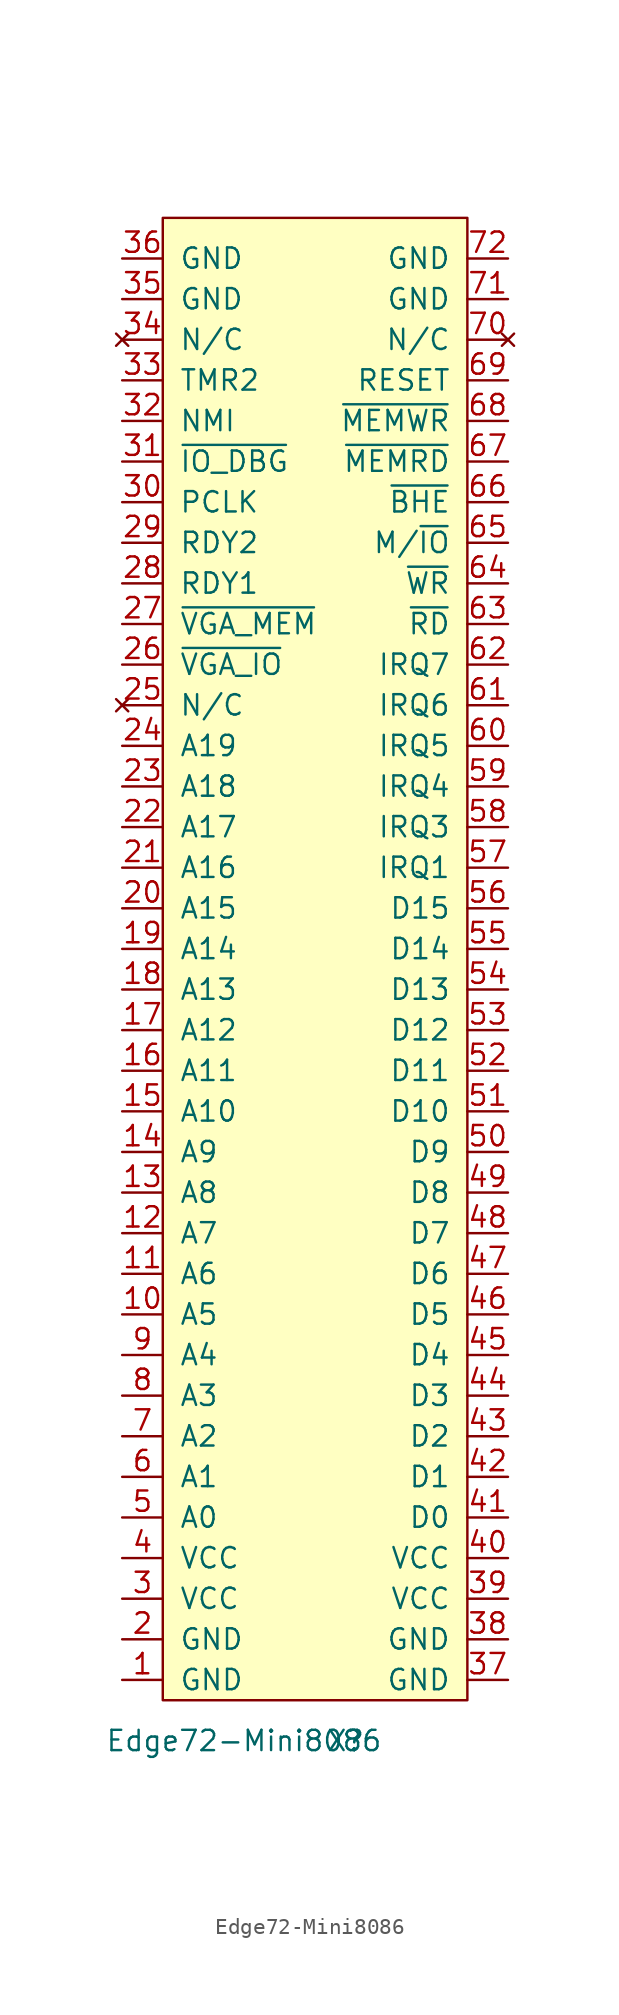
<source format=kicad_sym>
(kicad_symbol_lib
  (version 20220914)
  (generator kicad_symbol_editor)
  (symbol "Edge72-Mini8086"
    (pin_names
      (offset 1.016))
    (property "Reference" "X"
      (at 2.54 -49.53 0)
      (effects (font (size 1.27 1.27))))
    (property "Value" "Edge72-Mini8086"
      (at -3.81 -49.53 0)
      (effects (font (size 1.27 1.27))))
    (symbol "Edge72-Mini8086_0_1"
      (rectangle (start -8.89 45.72) (end 10.16 -46.99) (stroke (width 0) (type solid)) (fill (type background))))
    (symbol "Edge72-Mini8086_1_1"
      (pin passive line (at -11.43 -45.72 0) (length 2.54) (name "GND" (effects (font (size 1.27 1.27)))) (number "1" (effects (font (size 1.27 1.27)))))
      (pin bidirectional line (at -11.43 -22.86 0) (length 2.54) (name "A5" (effects (font (size 1.27 1.27)))) (number "10" (effects (font (size 1.27 1.27)))))
      (pin bidirectional line (at -11.43 -20.32 0) (length 2.54) (name "A6" (effects (font (size 1.27 1.27)))) (number "11" (effects (font (size 1.27 1.27)))))
      (pin bidirectional line (at -11.43 -17.78 0) (length 2.54) (name "A7" (effects (font (size 1.27 1.27)))) (number "12" (effects (font (size 1.27 1.27)))))
      (pin bidirectional line (at -11.43 -15.24 0) (length 2.54) (name "A8" (effects (font (size 1.27 1.27)))) (number "13" (effects (font (size 1.27 1.27)))))
      (pin bidirectional line (at -11.43 -12.7 0) (length 2.54) (name "A9" (effects (font (size 1.27 1.27)))) (number "14" (effects (font (size 1.27 1.27)))))
      (pin bidirectional line (at -11.43 -10.16 0) (length 2.54) (name "A10" (effects (font (size 1.27 1.27)))) (number "15" (effects (font (size 1.27 1.27)))))
      (pin bidirectional line (at -11.43 -7.62 0) (length 2.54) (name "A11" (effects (font (size 1.27 1.27)))) (number "16" (effects (font (size 1.27 1.27)))))
      (pin bidirectional line (at -11.43 -5.08 0) (length 2.54) (name "A12" (effects (font (size 1.27 1.27)))) (number "17" (effects (font (size 1.27 1.27)))))
      (pin bidirectional line (at -11.43 -2.54 0) (length 2.54) (name "A13" (effects (font (size 1.27 1.27)))) (number "18" (effects (font (size 1.27 1.27)))))
      (pin bidirectional line (at -11.43 0 0) (length 2.54) (name "A14" (effects (font (size 1.27 1.27)))) (number "19" (effects (font (size 1.27 1.27)))))
      (pin passive line (at -11.43 -43.18 0) (length 2.54) (name "GND" (effects (font (size 1.27 1.27)))) (number "2" (effects (font (size 1.27 1.27)))))
      (pin bidirectional line (at -11.43 2.54 0) (length 2.54) (name "A15" (effects (font (size 1.27 1.27)))) (number "20" (effects (font (size 1.27 1.27)))))
      (pin bidirectional line (at -11.43 5.08 0) (length 2.54) (name "A16" (effects (font (size 1.27 1.27)))) (number "21" (effects (font (size 1.27 1.27)))))
      (pin bidirectional line (at -11.43 7.62 0) (length 2.54) (name "A17" (effects (font (size 1.27 1.27)))) (number "22" (effects (font (size 1.27 1.27)))))
      (pin bidirectional line (at -11.43 10.16 0) (length 2.54) (name "A18" (effects (font (size 1.27 1.27)))) (number "23" (effects (font (size 1.27 1.27)))))
      (pin bidirectional line (at -11.43 12.7 0) (length 2.54) (name "A19" (effects (font (size 1.27 1.27)))) (number "24" (effects (font (size 1.27 1.27)))))
      (pin no_connect line (at -11.43 15.24 0) (length 2.54) (name "N/C" (effects (font (size 1.27 1.27)))) (number "25" (effects (font (size 1.27 1.27)))))
      (pin bidirectional line (at -11.43 17.78 0) (length 2.54) (name "~{VGA_IO}" (effects (font (size 1.27 1.27)))) (number "26" (effects (font (size 1.27 1.27)))))
      (pin bidirectional line (at -11.43 20.32 0) (length 2.54) (name "~{VGA_MEM}" (effects (font (size 1.27 1.27)))) (number "27" (effects (font (size 1.27 1.27)))))
      (pin passive line (at -11.43 22.86 0) (length 2.54) (name "RDY1" (effects (font (size 1.27 1.27)))) (number "28" (effects (font (size 1.27 1.27)))))
      (pin passive line (at -11.43 25.4 0) (length 2.54) (name "RDY2" (effects (font (size 1.27 1.27)))) (number "29" (effects (font (size 1.27 1.27)))))
      (pin passive line (at -11.43 -40.64 0) (length 2.54) (name "VCC" (effects (font (size 1.27 1.27)))) (number "3" (effects (font (size 1.27 1.27)))))
      (pin passive line (at -11.43 27.94 0) (length 2.54) (name "PCLK" (effects (font (size 1.27 1.27)))) (number "30" (effects (font (size 1.27 1.27)))))
      (pin passive line (at -11.43 30.48 0) (length 2.54) (name "~{IO_DBG}" (effects (font (size 1.27 1.27)))) (number "31" (effects (font (size 1.27 1.27)))))
      (pin passive line (at -11.43 33.02 0) (length 2.54) (name "NMI" (effects (font (size 1.27 1.27)))) (number "32" (effects (font (size 1.27 1.27)))))
      (pin passive line (at -11.43 35.56 0) (length 2.54) (name "TMR2" (effects (font (size 1.27 1.27)))) (number "33" (effects (font (size 1.27 1.27)))))
      (pin no_connect line (at -11.43 38.1 0) (length 2.54) (name "N/C" (effects (font (size 1.27 1.27)))) (number "34" (effects (font (size 1.27 1.27)))))
      (pin passive line (at -11.43 40.64 0) (length 2.54) (name "GND" (effects (font (size 1.27 1.27)))) (number "35" (effects (font (size 1.27 1.27)))))
      (pin passive line (at -11.43 43.18 0) (length 2.54) (name "GND" (effects (font (size 1.27 1.27)))) (number "36" (effects (font (size 1.27 1.27)))))
      (pin power_out line (at 12.7 -45.72 180) (length 2.54) (name "GND" (effects (font (size 1.27 1.27)))) (number "37" (effects (font (size 1.27 1.27)))))
      (pin passive line (at 12.7 -43.18 180) (length 2.54) (name "GND" (effects (font (size 1.27 1.27)))) (number "38" (effects (font (size 1.27 1.27)))))
      (pin power_out line (at 12.7 -40.64 180) (length 2.54) (name "VCC" (effects (font (size 1.27 1.27)))) (number "39" (effects (font (size 1.27 1.27)))))
      (pin passive line (at -11.43 -38.1 0) (length 2.54) (name "VCC" (effects (font (size 1.27 1.27)))) (number "4" (effects (font (size 1.27 1.27)))))
      (pin passive line (at 12.7 -38.1 180) (length 2.54) (name "VCC" (effects (font (size 1.27 1.27)))) (number "40" (effects (font (size 1.27 1.27)))))
      (pin bidirectional line (at 12.7 -35.56 180) (length 2.54) (name "D0" (effects (font (size 1.27 1.27)))) (number "41" (effects (font (size 1.27 1.27)))))
      (pin bidirectional line (at 12.7 -33.02 180) (length 2.54) (name "D1" (effects (font (size 1.27 1.27)))) (number "42" (effects (font (size 1.27 1.27)))))
      (pin bidirectional line (at 12.7 -30.48 180) (length 2.54) (name "D2" (effects (font (size 1.27 1.27)))) (number "43" (effects (font (size 1.27 1.27)))))
      (pin bidirectional line (at 12.7 -27.94 180) (length 2.54) (name "D3" (effects (font (size 1.27 1.27)))) (number "44" (effects (font (size 1.27 1.27)))))
      (pin bidirectional line (at 12.7 -25.4 180) (length 2.54) (name "D4" (effects (font (size 1.27 1.27)))) (number "45" (effects (font (size 1.27 1.27)))))
      (pin bidirectional line (at 12.7 -22.86 180) (length 2.54) (name "D5" (effects (font (size 1.27 1.27)))) (number "46" (effects (font (size 1.27 1.27)))))
      (pin bidirectional line (at 12.7 -20.32 180) (length 2.54) (name "D6" (effects (font (size 1.27 1.27)))) (number "47" (effects (font (size 1.27 1.27)))))
      (pin bidirectional line (at 12.7 -17.78 180) (length 2.54) (name "D7" (effects (font (size 1.27 1.27)))) (number "48" (effects (font (size 1.27 1.27)))))
      (pin bidirectional line (at 12.7 -15.24 180) (length 2.54) (name "D8" (effects (font (size 1.27 1.27)))) (number "49" (effects (font (size 1.27 1.27)))))
      (pin bidirectional line (at -11.43 -35.56 0) (length 2.54) (name "A0" (effects (font (size 1.27 1.27)))) (number "5" (effects (font (size 1.27 1.27)))))
      (pin bidirectional line (at 12.7 -12.7 180) (length 2.54) (name "D9" (effects (font (size 1.27 1.27)))) (number "50" (effects (font (size 1.27 1.27)))))
      (pin bidirectional line (at 12.7 -10.16 180) (length 2.54) (name "D10" (effects (font (size 1.27 1.27)))) (number "51" (effects (font (size 1.27 1.27)))))
      (pin bidirectional line (at 12.7 -7.62 180) (length 2.54) (name "D11" (effects (font (size 1.27 1.27)))) (number "52" (effects (font (size 1.27 1.27)))))
      (pin bidirectional line (at 12.7 -5.08 180) (length 2.54) (name "D12" (effects (font (size 1.27 1.27)))) (number "53" (effects (font (size 1.27 1.27)))))
      (pin bidirectional line (at 12.7 -2.54 180) (length 2.54) (name "D13" (effects (font (size 1.27 1.27)))) (number "54" (effects (font (size 1.27 1.27)))))
      (pin bidirectional line (at 12.7 0 180) (length 2.54) (name "D14" (effects (font (size 1.27 1.27)))) (number "55" (effects (font (size 1.27 1.27)))))
      (pin bidirectional line (at 12.7 2.54 180) (length 2.54) (name "D15" (effects (font (size 1.27 1.27)))) (number "56" (effects (font (size 1.27 1.27)))))
      (pin passive line (at 12.7 5.08 180) (length 2.54) (name "IRQ1" (effects (font (size 1.27 1.27)))) (number "57" (effects (font (size 1.27 1.27)))))
      (pin passive line (at 12.7 7.62 180) (length 2.54) (name "IRQ3" (effects (font (size 1.27 1.27)))) (number "58" (effects (font (size 1.27 1.27)))))
      (pin passive line (at 12.7 10.16 180) (length 2.54) (name "IRQ4" (effects (font (size 1.27 1.27)))) (number "59" (effects (font (size 1.27 1.27)))))
      (pin bidirectional line (at -11.43 -33.02 0) (length 2.54) (name "A1" (effects (font (size 1.27 1.27)))) (number "6" (effects (font (size 1.27 1.27)))))
      (pin passive line (at 12.7 12.7 180) (length 2.54) (name "IRQ5" (effects (font (size 1.27 1.27)))) (number "60" (effects (font (size 1.27 1.27)))))
      (pin passive line (at 12.7 15.24 180) (length 2.54) (name "IRQ6" (effects (font (size 1.27 1.27)))) (number "61" (effects (font (size 1.27 1.27)))))
      (pin passive line (at 12.7 17.78 180) (length 2.54) (name "IRQ7" (effects (font (size 1.27 1.27)))) (number "62" (effects (font (size 1.27 1.27)))))
      (pin bidirectional line (at 12.7 20.32 180) (length 2.54) (name "~{RD}" (effects (font (size 1.27 1.27)))) (number "63" (effects (font (size 1.27 1.27)))))
      (pin bidirectional line (at 12.7 22.86 180) (length 2.54) (name "~{WR}" (effects (font (size 1.27 1.27)))) (number "64" (effects (font (size 1.27 1.27)))))
      (pin bidirectional line (at 12.7 25.4 180) (length 2.54) (name "M/~{IO}" (effects (font (size 1.27 1.27)))) (number "65" (effects (font (size 1.27 1.27)))))
      (pin bidirectional line (at 12.7 27.94 180) (length 2.54) (name "~{BHE}" (effects (font (size 1.27 1.27)))) (number "66" (effects (font (size 1.27 1.27)))))
      (pin bidirectional line (at 12.7 30.48 180) (length 2.54) (name "~{MEMRD}" (effects (font (size 1.27 1.27)))) (number "67" (effects (font (size 1.27 1.27)))))
      (pin bidirectional line (at 12.7 33.02 180) (length 2.54) (name "~{MEMWR}" (effects (font (size 1.27 1.27)))) (number "68" (effects (font (size 1.27 1.27)))))
      (pin passive line (at 12.7 35.56 180) (length 2.54) (name "RESET" (effects (font (size 1.27 1.27)))) (number "69" (effects (font (size 1.27 1.27)))))
      (pin bidirectional line (at -11.43 -30.48 0) (length 2.54) (name "A2" (effects (font (size 1.27 1.27)))) (number "7" (effects (font (size 1.27 1.27)))))
      (pin no_connect line (at 12.7 38.1 180) (length 2.54) (name "N/C" (effects (font (size 1.27 1.27)))) (number "70" (effects (font (size 1.27 1.27)))))
      (pin passive line (at 12.7 40.64 180) (length 2.54) (name "GND" (effects (font (size 1.27 1.27)))) (number "71" (effects (font (size 1.27 1.27)))))
      (pin passive line (at 12.7 43.18 180) (length 2.54) (name "GND" (effects (font (size 1.27 1.27)))) (number "72" (effects (font (size 1.27 1.27)))))
      (pin bidirectional line (at -11.43 -27.94 0) (length 2.54) (name "A3" (effects (font (size 1.27 1.27)))) (number "8" (effects (font (size 1.27 1.27)))))
      (pin bidirectional line (at -11.43 -25.4 0) (length 2.54) (name "A4" (effects (font (size 1.27 1.27)))) (number "9" (effects (font (size 1.27 1.27))))))))
</source>
